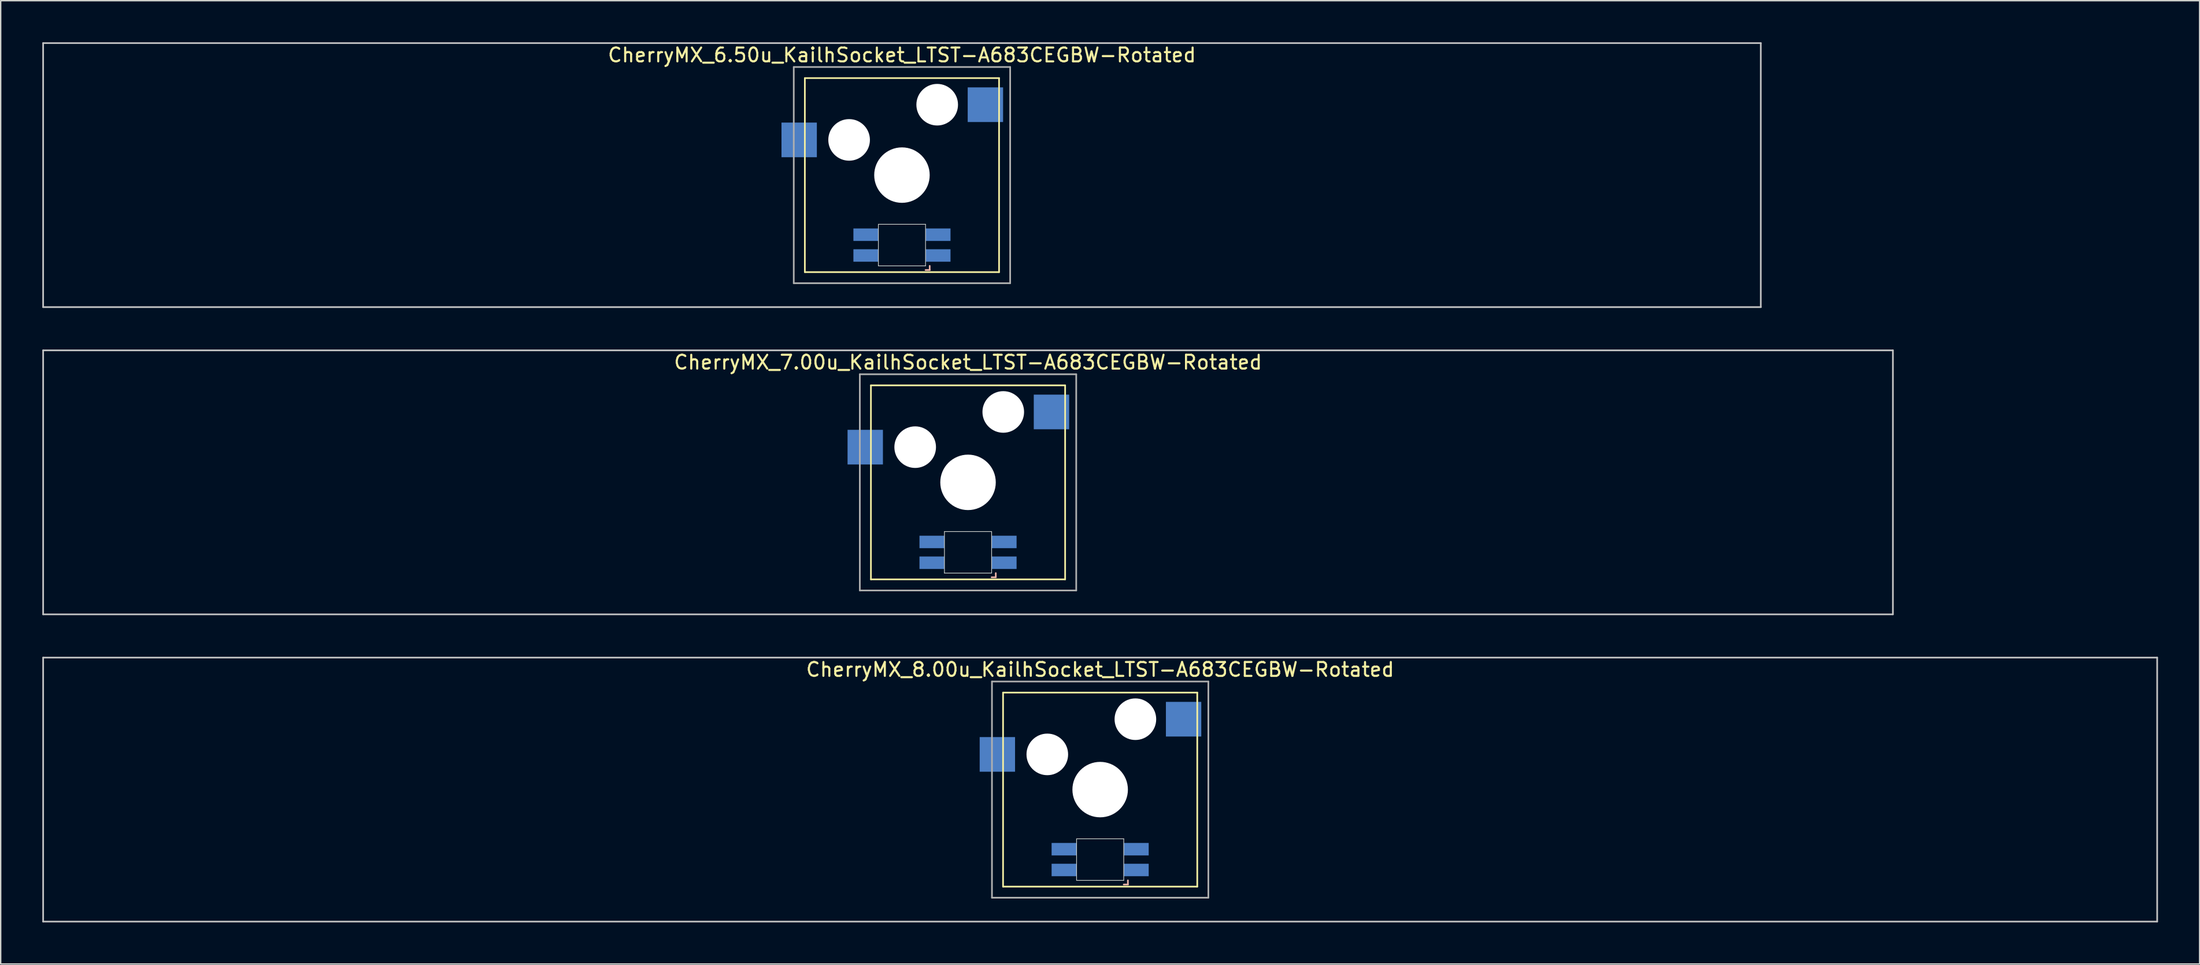
<source format=kicad_pcb>
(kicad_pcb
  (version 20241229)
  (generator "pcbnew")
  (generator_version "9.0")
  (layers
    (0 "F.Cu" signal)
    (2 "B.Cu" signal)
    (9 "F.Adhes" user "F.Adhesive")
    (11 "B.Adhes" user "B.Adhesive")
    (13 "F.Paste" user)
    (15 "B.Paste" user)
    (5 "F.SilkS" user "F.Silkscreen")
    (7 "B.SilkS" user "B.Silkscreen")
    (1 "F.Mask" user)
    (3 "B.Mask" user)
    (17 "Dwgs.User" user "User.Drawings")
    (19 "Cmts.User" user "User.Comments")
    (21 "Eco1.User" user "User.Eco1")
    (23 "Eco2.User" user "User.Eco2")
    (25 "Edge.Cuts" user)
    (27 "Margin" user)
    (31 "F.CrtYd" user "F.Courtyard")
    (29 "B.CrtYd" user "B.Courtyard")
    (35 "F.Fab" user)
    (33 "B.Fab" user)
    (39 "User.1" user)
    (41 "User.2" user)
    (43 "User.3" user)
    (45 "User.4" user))
  (footprint "CherryMX_8.00u_KailhSocket_LTST-A683CEGBW-Rotated"
    (layer "F.Cu")
    (at 76.26 53.925)
    (property "Reference" "CherryMX_8.00u_KailhSocket_LTST-A683CEGBW-Rotated" (at 0 -8.662 0) (layer "F.SilkS") (effects (font (size 1 1) (thickness 0.15))))
    (attr through_hole)
    (fp_line (start -7 -7) (end -7 7) (stroke (width 0.12) (type solid)) (layer "F.SilkS"))
    (fp_line (start -7 -7) (end 7 -7) (stroke (width 0.12) (type solid)) (layer "F.SilkS"))
    (fp_line (start 7 -7) (end 7 7) (stroke (width 0.12) (type solid)) (layer "F.SilkS"))
    (fp_line (start 7 7) (end -7 7) (stroke (width 0.12) (type solid)) (layer "F.SilkS"))
    (fp_line (start 1.7 6.85) (end 2 6.85) (stroke (width 0.12) (type solid)) (layer "B.SilkS"))
    (fp_line (start 2 6.85) (end 2 6.55) (stroke (width 0.12) (type solid)) (layer "B.SilkS"))
    (fp_line (start -76.2 -9.525) (end 76.2 -9.525) (stroke (width 0.12) (type solid)) (layer "Dwgs.User"))
    (fp_line (start -76.2 9.525) (end -76.2 -9.525) (stroke (width 0.12) (type solid)) (layer "Dwgs.User"))
    (fp_line (start 76.2 -9.525) (end 76.2 9.525) (stroke (width 0.12) (type solid)) (layer "Dwgs.User"))
    (fp_line (start 76.2 9.525) (end -76.2 9.525) (stroke (width 0.12) (type solid)) (layer "Dwgs.User"))
    (fp_line (start -1.7 3.55) (end 1.7 3.55) (stroke (width 0.05) (type solid)) (layer "Edge.Cuts"))
    (fp_line (start -1.7 6.55) (end -1.7 3.55) (stroke (width 0.05) (type solid)) (layer "Edge.Cuts"))
    (fp_line (start 1.7 3.55) (end 1.7 6.55) (stroke (width 0.05) (type solid)) (layer "Edge.Cuts"))
    (fp_line (start 1.7 6.55) (end -1.7 6.55) (stroke (width 0.05) (type solid)) (layer "Edge.Cuts"))
    (fp_line (start -7.8 -7.8) (end -7.8 7.8) (stroke (width 0.12) (type solid)) (layer "F.Fab"))
    (fp_line (start -7.8 -7.8) (end 7.8 -7.8) (stroke (width 0.12) (type solid)) (layer "F.Fab"))
    (fp_line (start -7.8 7.8) (end 7.8 7.8) (stroke (width 0.12) (type solid)) (layer "F.Fab"))
    (fp_line (start 7.8 -7.8) (end 7.8 7.8) (stroke (width 0.12) (type solid)) (layer "F.Fab"))
    (pad "" np_thru_hole circle (at -3.81 -2.54) (size 3 3) (drill 3) (layers "*.Cu" "*.Mask"))
    (pad "" np_thru_hole circle (at 0 0) (size 4 4) (drill 4) (layers "*.Cu" "*.Mask"))
    (pad "" np_thru_hole circle (at 2.54 -5.08) (size 3 3) (drill 3) (layers "*.Cu" "*.Mask"))
    (pad "1" smd rect (at -7.41 -2.54) (size 2.55 2.5) (layers "B.Cu" "B.Mask" "B.Paste"))
    (pad "2" smd rect (at 6.015 -5.08) (size 2.55 2.5) (layers "B.Cu" "B.Mask" "B.Paste"))
    (pad "3" smd rect (at 2.6 5.8) (size 1.8 0.9) (layers "B.Cu" "B.Mask" "B.Paste"))
    (pad "4" smd rect (at 2.6 4.3) (size 1.8 0.9) (layers "B.Cu" "B.Mask" "B.Paste"))
    (pad "5" smd rect (at -2.6 5.8) (size 1.8 0.9) (layers "B.Cu" "B.Mask" "B.Paste"))
    (pad "6" smd rect (at -2.6 4.3) (size 1.8 0.9) (layers "B.Cu" "B.Mask" "B.Paste")))
  (footprint "CherryMX_7.00u_KailhSocket_LTST-A683CEGBW-Rotated"
    (layer "F.Cu")
    (at 66.735 31.755)
    (property "Reference" "CherryMX_7.00u_KailhSocket_LTST-A683CEGBW-Rotated" (at 0 -8.662 0) (layer "F.SilkS") (effects (font (size 1 1) (thickness 0.15))))
    (attr through_hole)
    (fp_line (start -7 -7) (end -7 7) (stroke (width 0.12) (type solid)) (layer "F.SilkS"))
    (fp_line (start -7 -7) (end 7 -7) (stroke (width 0.12) (type solid)) (layer "F.SilkS"))
    (fp_line (start 7 -7) (end 7 7) (stroke (width 0.12) (type solid)) (layer "F.SilkS"))
    (fp_line (start 7 7) (end -7 7) (stroke (width 0.12) (type solid)) (layer "F.SilkS"))
    (fp_line (start 1.7 6.85) (end 2 6.85) (stroke (width 0.12) (type solid)) (layer "B.SilkS"))
    (fp_line (start 2 6.85) (end 2 6.55) (stroke (width 0.12) (type solid)) (layer "B.SilkS"))
    (fp_line (start -66.675 -9.525) (end 66.675 -9.525) (stroke (width 0.12) (type solid)) (layer "Dwgs.User"))
    (fp_line (start -66.675 9.525) (end -66.675 -9.525) (stroke (width 0.12) (type solid)) (layer "Dwgs.User"))
    (fp_line (start 66.675 -9.525) (end 66.675 9.525) (stroke (width 0.12) (type solid)) (layer "Dwgs.User"))
    (fp_line (start 66.675 9.525) (end -66.675 9.525) (stroke (width 0.12) (type solid)) (layer "Dwgs.User"))
    (fp_line (start -1.7 3.55) (end 1.7 3.55) (stroke (width 0.05) (type solid)) (layer "Edge.Cuts"))
    (fp_line (start -1.7 6.55) (end -1.7 3.55) (stroke (width 0.05) (type solid)) (layer "Edge.Cuts"))
    (fp_line (start 1.7 3.55) (end 1.7 6.55) (stroke (width 0.05) (type solid)) (layer "Edge.Cuts"))
    (fp_line (start 1.7 6.55) (end -1.7 6.55) (stroke (width 0.05) (type solid)) (layer "Edge.Cuts"))
    (fp_line (start -7.8 -7.8) (end -7.8 7.8) (stroke (width 0.12) (type solid)) (layer "F.Fab"))
    (fp_line (start -7.8 -7.8) (end 7.8 -7.8) (stroke (width 0.12) (type solid)) (layer "F.Fab"))
    (fp_line (start -7.8 7.8) (end 7.8 7.8) (stroke (width 0.12) (type solid)) (layer "F.Fab"))
    (fp_line (start 7.8 -7.8) (end 7.8 7.8) (stroke (width 0.12) (type solid)) (layer "F.Fab"))
    (pad "" np_thru_hole circle (at -3.81 -2.54) (size 3 3) (drill 3) (layers "*.Cu" "*.Mask"))
    (pad "" np_thru_hole circle (at 0 0) (size 4 4) (drill 4) (layers "*.Cu" "*.Mask"))
    (pad "" np_thru_hole circle (at 2.54 -5.08) (size 3 3) (drill 3) (layers "*.Cu" "*.Mask"))
    (pad "1" smd rect (at -7.41 -2.54) (size 2.55 2.5) (layers "B.Cu" "B.Mask" "B.Paste"))
    (pad "2" smd rect (at 6.015 -5.08) (size 2.55 2.5) (layers "B.Cu" "B.Mask" "B.Paste"))
    (pad "3" smd rect (at 2.6 5.8) (size 1.8 0.9) (layers "B.Cu" "B.Mask" "B.Paste"))
    (pad "4" smd rect (at 2.6 4.3) (size 1.8 0.9) (layers "B.Cu" "B.Mask" "B.Paste"))
    (pad "5" smd rect (at -2.6 5.8) (size 1.8 0.9) (layers "B.Cu" "B.Mask" "B.Paste"))
    (pad "6" smd rect (at -2.6 4.3) (size 1.8 0.9) (layers "B.Cu" "B.Mask" "B.Paste")))
  (footprint "CherryMX_6.50u_KailhSocket_LTST-A683CEGBW-Rotated"
    (layer "F.Cu")
    (at 61.972 9.585)
    (property "Reference" "CherryMX_6.50u_KailhSocket_LTST-A683CEGBW-Rotated" (at 0 -8.662 0) (layer "F.SilkS") (effects (font (size 1 1) (thickness 0.15))))
    (attr through_hole)
    (fp_line (start -7 -7) (end -7 7) (stroke (width 0.12) (type solid)) (layer "F.SilkS"))
    (fp_line (start -7 -7) (end 7 -7) (stroke (width 0.12) (type solid)) (layer "F.SilkS"))
    (fp_line (start 7 -7) (end 7 7) (stroke (width 0.12) (type solid)) (layer "F.SilkS"))
    (fp_line (start 7 7) (end -7 7) (stroke (width 0.12) (type solid)) (layer "F.SilkS"))
    (fp_line (start 1.7 6.85) (end 2 6.85) (stroke (width 0.12) (type solid)) (layer "B.SilkS"))
    (fp_line (start 2 6.85) (end 2 6.55) (stroke (width 0.12) (type solid)) (layer "B.SilkS"))
    (fp_line (start -61.913 -9.525) (end 61.913 -9.525) (stroke (width 0.12) (type solid)) (layer "Dwgs.User"))
    (fp_line (start -61.913 9.525) (end -61.913 -9.525) (stroke (width 0.12) (type solid)) (layer "Dwgs.User"))
    (fp_line (start 61.913 -9.525) (end 61.913 9.525) (stroke (width 0.12) (type solid)) (layer "Dwgs.User"))
    (fp_line (start 61.913 9.525) (end -61.913 9.525) (stroke (width 0.12) (type solid)) (layer "Dwgs.User"))
    (fp_line (start -1.7 3.55) (end 1.7 3.55) (stroke (width 0.05) (type solid)) (layer "Edge.Cuts"))
    (fp_line (start -1.7 6.55) (end -1.7 3.55) (stroke (width 0.05) (type solid)) (layer "Edge.Cuts"))
    (fp_line (start 1.7 3.55) (end 1.7 6.55) (stroke (width 0.05) (type solid)) (layer "Edge.Cuts"))
    (fp_line (start 1.7 6.55) (end -1.7 6.55) (stroke (width 0.05) (type solid)) (layer "Edge.Cuts"))
    (fp_line (start -7.8 -7.8) (end -7.8 7.8) (stroke (width 0.12) (type solid)) (layer "F.Fab"))
    (fp_line (start -7.8 -7.8) (end 7.8 -7.8) (stroke (width 0.12) (type solid)) (layer "F.Fab"))
    (fp_line (start -7.8 7.8) (end 7.8 7.8) (stroke (width 0.12) (type solid)) (layer "F.Fab"))
    (fp_line (start 7.8 -7.8) (end 7.8 7.8) (stroke (width 0.12) (type solid)) (layer "F.Fab"))
    (pad "" np_thru_hole circle (at -3.81 -2.54) (size 3 3) (drill 3) (layers "*.Cu" "*.Mask"))
    (pad "" np_thru_hole circle (at 0 0) (size 4 4) (drill 4) (layers "*.Cu" "*.Mask"))
    (pad "" np_thru_hole circle (at 2.54 -5.08) (size 3 3) (drill 3) (layers "*.Cu" "*.Mask"))
    (pad "1" smd rect (at -7.41 -2.54) (size 2.55 2.5) (layers "B.Cu" "B.Mask" "B.Paste"))
    (pad "2" smd rect (at 6.015 -5.08) (size 2.55 2.5) (layers "B.Cu" "B.Mask" "B.Paste"))
    (pad "3" smd rect (at 2.6 5.8) (size 1.8 0.9) (layers "B.Cu" "B.Mask" "B.Paste"))
    (pad "4" smd rect (at 2.6 4.3) (size 1.8 0.9) (layers "B.Cu" "B.Mask" "B.Paste"))
    (pad "5" smd rect (at -2.6 5.8) (size 1.8 0.9) (layers "B.Cu" "B.Mask" "B.Paste"))
    (pad "6" smd rect (at -2.6 4.3) (size 1.8 0.9) (layers "B.Cu" "B.Mask" "B.Paste")))
  (gr_rect
    (start -3 -3)
    (end 155.52 66.51)
    (stroke (width 0.1) (type default))
    (fill no)
    (layer "Edge.Cuts")))
</source>
